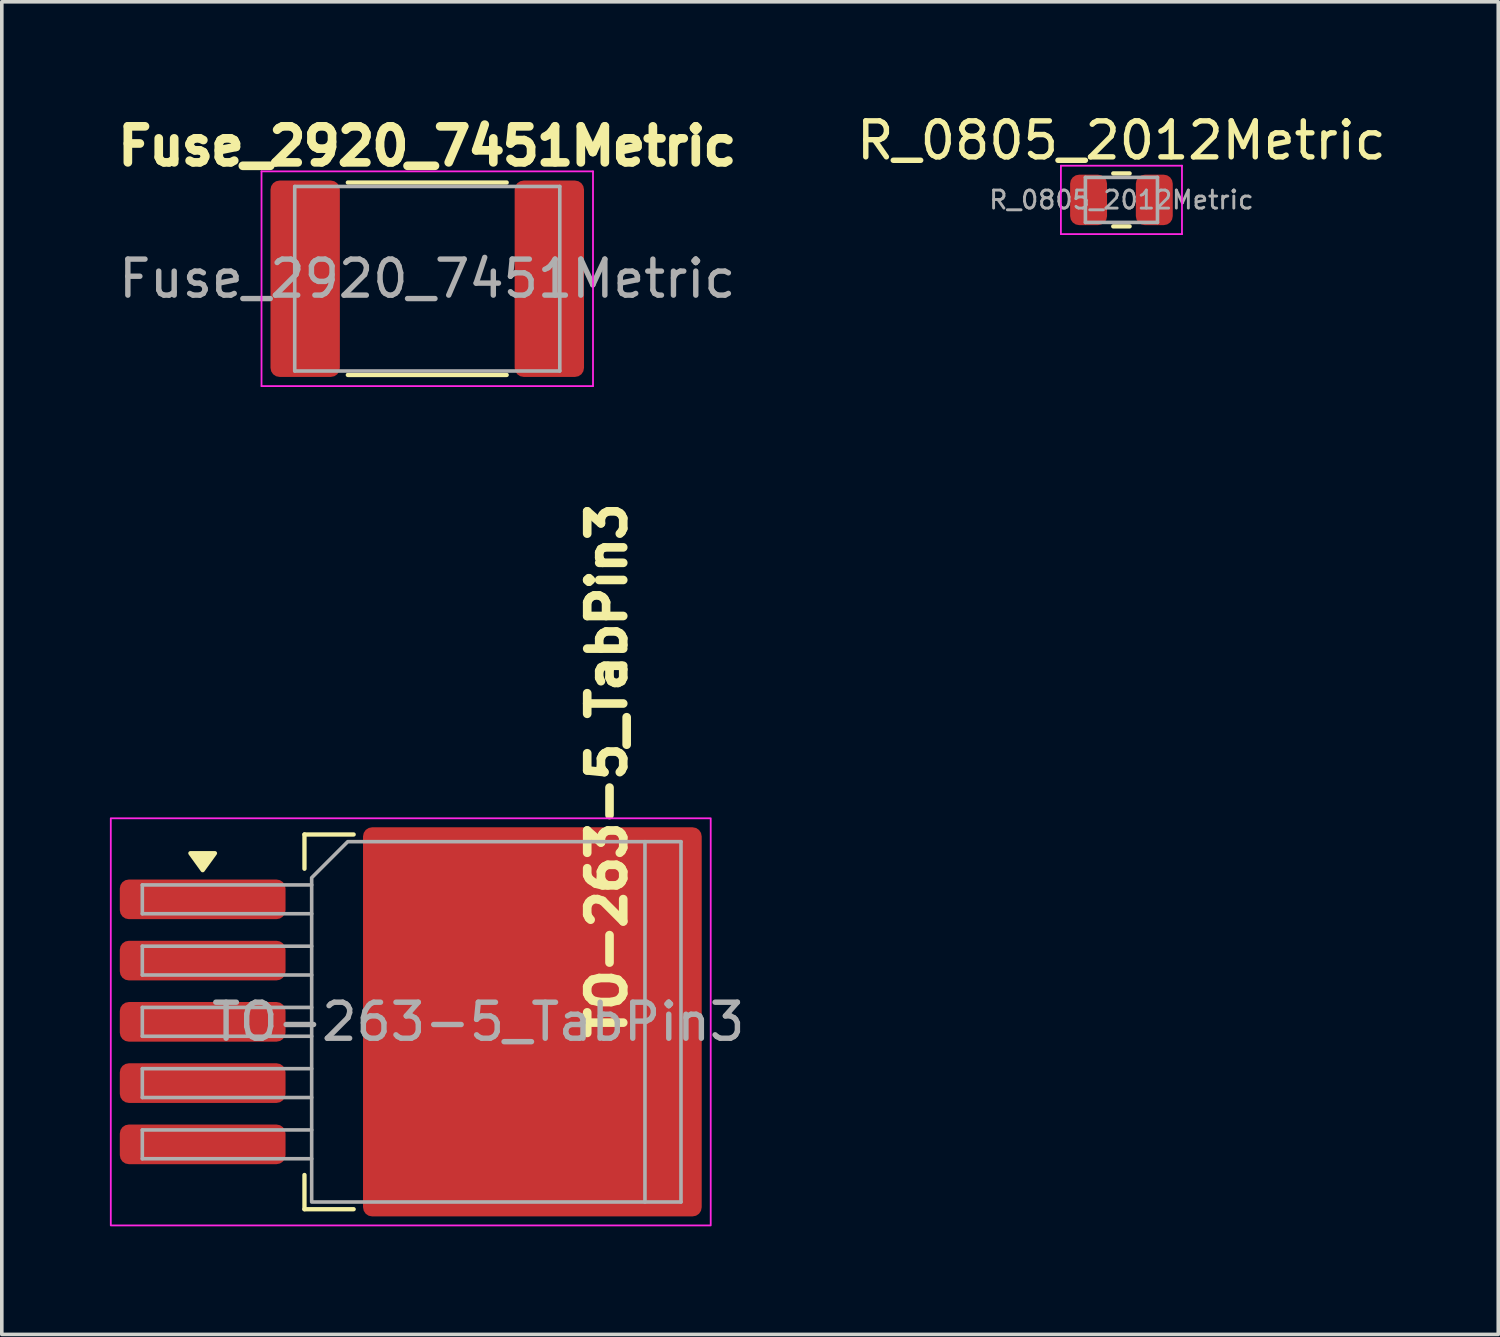
<source format=kicad_pcb>
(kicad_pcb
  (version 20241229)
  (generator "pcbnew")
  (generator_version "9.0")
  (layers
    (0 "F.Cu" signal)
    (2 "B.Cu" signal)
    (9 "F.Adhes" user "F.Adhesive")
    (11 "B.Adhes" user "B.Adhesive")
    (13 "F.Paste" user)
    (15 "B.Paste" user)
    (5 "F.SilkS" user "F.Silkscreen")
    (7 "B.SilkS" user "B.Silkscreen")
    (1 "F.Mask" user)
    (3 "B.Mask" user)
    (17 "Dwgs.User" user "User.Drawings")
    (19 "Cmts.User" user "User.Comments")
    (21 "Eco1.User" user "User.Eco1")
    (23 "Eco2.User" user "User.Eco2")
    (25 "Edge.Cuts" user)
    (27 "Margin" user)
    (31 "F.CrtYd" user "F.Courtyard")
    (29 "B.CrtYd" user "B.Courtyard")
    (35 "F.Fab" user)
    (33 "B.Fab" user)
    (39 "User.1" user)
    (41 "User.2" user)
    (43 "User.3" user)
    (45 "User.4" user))
  (footprint "Fuse_2920_7451Metric"
    (layer "F.Cu")
    (at 8.808 4.686)
    (property "Reference" "Fuse_2920_7451Metric" (at 0 -3.68 0) (layer "F.SilkS") (effects (font (size 1 1) (thickness 0.24) (bold yes))))
    (attr smd)
    (fp_line (start -2.204 -2.67) (end 2.204 -2.67) (stroke (width 0.12) (type solid)) (layer "F.SilkS"))
    (fp_line (start -2.204 2.67) (end 2.204 2.67) (stroke (width 0.12) (type solid)) (layer "F.SilkS"))
    (fp_line (start -4.6 -2.98) (end 4.6 -2.98) (stroke (width 0.05) (type solid)) (layer "F.CrtYd"))
    (fp_line (start -4.6 2.98) (end -4.6 -2.98) (stroke (width 0.05) (type solid)) (layer "F.CrtYd"))
    (fp_line (start 4.6 -2.98) (end 4.6 2.98) (stroke (width 0.05) (type solid)) (layer "F.CrtYd"))
    (fp_line (start 4.6 2.98) (end -4.6 2.98) (stroke (width 0.05) (type solid)) (layer "F.CrtYd"))
    (fp_line (start -3.678 -2.56) (end 3.678 -2.56) (stroke (width 0.1) (type solid)) (layer "F.Fab"))
    (fp_line (start -3.678 2.56) (end -3.678 -2.56) (stroke (width 0.1) (type solid)) (layer "F.Fab"))
    (fp_line (start 3.678 -2.56) (end 3.678 2.56) (stroke (width 0.1) (type solid)) (layer "F.Fab"))
    (fp_line (start 3.678 2.56) (end -3.678 2.56) (stroke (width 0.1) (type solid)) (layer "F.Fab"))
    (fp_text user "${REFERENCE}" (at 0 0 0) (layer "F.Fab") (effects (font (size 1 1) (thickness 0.15))))
    (pad "1" smd roundrect (at -3.388 0) (size 1.925 5.45) (layers "F.Cu" "F.Mask" "F.Paste") (roundrect_rratio 0.13))
    (pad "2" smd roundrect (at 3.388 0) (size 1.925 5.45) (layers "F.Cu" "F.Mask" "F.Paste") (roundrect_rratio 0.13)))
  (footprint "R_0805_2012Metric"
    (layer "F.Cu")
    (at 28.074 2.498)
    (property "Reference" "R_0805_2012Metric" (at 0 -1.65 0) (layer "F.SilkS") (effects (font (size 1 1) (thickness 0.15))))
    (attr smd)
    (fp_line (start -0.227 -0.735) (end 0.227 -0.735) (stroke (width 0.12) (type solid)) (layer "F.SilkS"))
    (fp_line (start -0.227 0.735) (end 0.227 0.735) (stroke (width 0.12) (type solid)) (layer "F.SilkS"))
    (fp_line (start -1.68 -0.95) (end 1.68 -0.95) (stroke (width 0.05) (type solid)) (layer "F.CrtYd"))
    (fp_line (start -1.68 0.95) (end -1.68 -0.95) (stroke (width 0.05) (type solid)) (layer "F.CrtYd"))
    (fp_line (start 1.68 -0.95) (end 1.68 0.95) (stroke (width 0.05) (type solid)) (layer "F.CrtYd"))
    (fp_line (start 1.68 0.95) (end -1.68 0.95) (stroke (width 0.05) (type solid)) (layer "F.CrtYd"))
    (fp_line (start -1 -0.625) (end 1 -0.625) (stroke (width 0.1) (type solid)) (layer "F.Fab"))
    (fp_line (start -1 0.625) (end -1 -0.625) (stroke (width 0.1) (type solid)) (layer "F.Fab"))
    (fp_line (start 1 -0.625) (end 1 0.625) (stroke (width 0.1) (type solid)) (layer "F.Fab"))
    (fp_line (start 1 0.625) (end -1 0.625) (stroke (width 0.1) (type solid)) (layer "F.Fab"))
    (fp_text user "${REFERENCE}" (at 0 0 0) (layer "F.Fab") (effects (font (size 0.5 0.5) (thickness 0.08))))
    (pad "1" smd roundrect (at -0.912 0) (size 1.025 1.4) (layers "F.Cu" "F.Mask" "F.Paste") (roundrect_rratio 0.244))
    (pad "2" smd roundrect (at 0.912 0) (size 1.025 1.4) (layers "F.Cu" "F.Mask" "F.Paste") (roundrect_rratio 0.244)))
  (footprint "TO-263-5_TabPin3"
    (layer "F.Cu")
    (at 10.225 25.31)
    (property "Reference" "TO-263-5_TabPin3" (at 3.572 -6.978 90) (layer "F.SilkS") (effects (font (size 1 1) (thickness 0.24))))
    (attr smd)
    (fp_line (start -4.825 -5.2) (end -4.825 -4.25) (stroke (width 0.12) (type solid)) (layer "F.SilkS"))
    (fp_line (start -4.825 5.2) (end -4.825 4.25) (stroke (width 0.12) (type solid)) (layer "F.SilkS"))
    (fp_line (start -3.46 -5.2) (end -4.825 -5.2) (stroke (width 0.12) (type solid)) (layer "F.SilkS"))
    (fp_line (start -3.46 5.2) (end -4.825 5.2) (stroke (width 0.12) (type solid)) (layer "F.SilkS"))
    (fp_poly (pts (xy -7.65 -4.21) (xy -7.99 -4.68) (xy -7.31 -4.68)) (stroke (width 0.12) (type solid)) (fill yes) (layer "F.SilkS"))
    (fp_poly (pts (xy -10.2 -5.65) (xy 6.45 -5.65) (xy 6.45 5.65) (xy -10.2 5.65)) (stroke (width 0.05) (type solid)) (fill no) (layer "F.CrtYd"))
    (fp_line (start -9.325 -3.8) (end -9.325 -3) (stroke (width 0.1) (type solid)) (layer "F.Fab"))
    (fp_line (start -9.325 -3) (end -4.625 -3) (stroke (width 0.1) (type solid)) (layer "F.Fab"))
    (fp_line (start -9.325 -2.1) (end -9.325 -1.3) (stroke (width 0.1) (type solid)) (layer "F.Fab"))
    (fp_line (start -9.325 -1.3) (end -4.625 -1.3) (stroke (width 0.1) (type solid)) (layer "F.Fab"))
    (fp_line (start -9.325 -0.4) (end -9.325 0.4) (stroke (width 0.1) (type solid)) (layer "F.Fab"))
    (fp_line (start -9.325 0.4) (end -4.625 0.4) (stroke (width 0.1) (type solid)) (layer "F.Fab"))
    (fp_line (start -9.325 1.3) (end -9.325 2.1) (stroke (width 0.1) (type solid)) (layer "F.Fab"))
    (fp_line (start -9.325 2.1) (end -4.625 2.1) (stroke (width 0.1) (type solid)) (layer "F.Fab"))
    (fp_line (start -9.325 3) (end -9.325 3.8) (stroke (width 0.1) (type solid)) (layer "F.Fab"))
    (fp_line (start -9.325 3.8) (end -4.625 3.8) (stroke (width 0.1) (type solid)) (layer "F.Fab"))
    (fp_line (start -4.625 -3.8) (end -9.325 -3.8) (stroke (width 0.1) (type solid)) (layer "F.Fab"))
    (fp_line (start -4.625 -2.1) (end -9.325 -2.1) (stroke (width 0.1) (type solid)) (layer "F.Fab"))
    (fp_line (start -4.625 -0.4) (end -9.325 -0.4) (stroke (width 0.1) (type solid)) (layer "F.Fab"))
    (fp_line (start -4.625 1.3) (end -9.325 1.3) (stroke (width 0.1) (type solid)) (layer "F.Fab"))
    (fp_line (start -4.625 3) (end -9.325 3) (stroke (width 0.1) (type solid)) (layer "F.Fab"))
    (fp_line (start 4.625 -5) (end 5.625 -5) (stroke (width 0.1) (type solid)) (layer "F.Fab"))
    (fp_line (start 5.625 -5) (end 5.625 5) (stroke (width 0.1) (type solid)) (layer "F.Fab"))
    (fp_line (start 5.625 5) (end 4.625 5) (stroke (width 0.1) (type solid)) (layer "F.Fab"))
    (fp_poly (pts (xy 4.625 -5) (xy 4.625 5) (xy -4.625 5) (xy -4.625 -4) (xy -3.625 -5)) (stroke (width 0.1) (type solid)) (fill no) (layer "F.Fab"))
    (fp_text user "${REFERENCE}" (at 0 0 180) (layer "F.Fab") (effects (font (size 1 1) (thickness 0.15))))
    (pad "" smd roundrect (at -0.925 -2.775) (size 4.55 5.25) (layers "F.Paste") (roundrect_rratio 0.055))
    (pad "" smd roundrect (at -0.925 2.775) (size 4.55 5.25) (layers "F.Paste") (roundrect_rratio 0.055))
    (pad "" smd roundrect (at 3.925 -2.775) (size 4.55 5.25) (layers "F.Paste") (roundrect_rratio 0.055))
    (pad "" smd roundrect (at 3.925 2.775) (size 4.55 5.25) (layers "F.Paste") (roundrect_rratio 0.055))
    (pad "1" smd roundrect (at -7.65 -3.4) (size 4.6 1.1) (layers "F.Cu" "F.Mask" "F.Paste") (roundrect_rratio 0.227))
    (pad "2" smd roundrect (at -7.65 -1.7) (size 4.6 1.1) (layers "F.Cu" "F.Mask" "F.Paste") (roundrect_rratio 0.227))
    (pad "3" smd roundrect (at -7.65 0) (size 4.6 1.1) (layers "F.Cu" "F.Mask" "F.Paste") (roundrect_rratio 0.227))
    (pad "3" smd roundrect (at 1.5 0) (size 9.4 10.8) (layers "F.Cu" "F.Mask") (roundrect_rratio 0.027))
    (pad "4" smd roundrect (at -7.65 1.7) (size 4.6 1.1) (layers "F.Cu" "F.Mask" "F.Paste") (roundrect_rratio 0.227))
    (pad "5" smd roundrect (at -7.65 3.4) (size 4.6 1.1) (layers "F.Cu" "F.Mask" "F.Paste") (roundrect_rratio 0.227)))
  (gr_rect
    (start -3 -3)
    (end 38.532 33.985)
    (stroke (width 0.1) (type default))
    (fill no)
    (layer "Edge.Cuts")))
</source>
